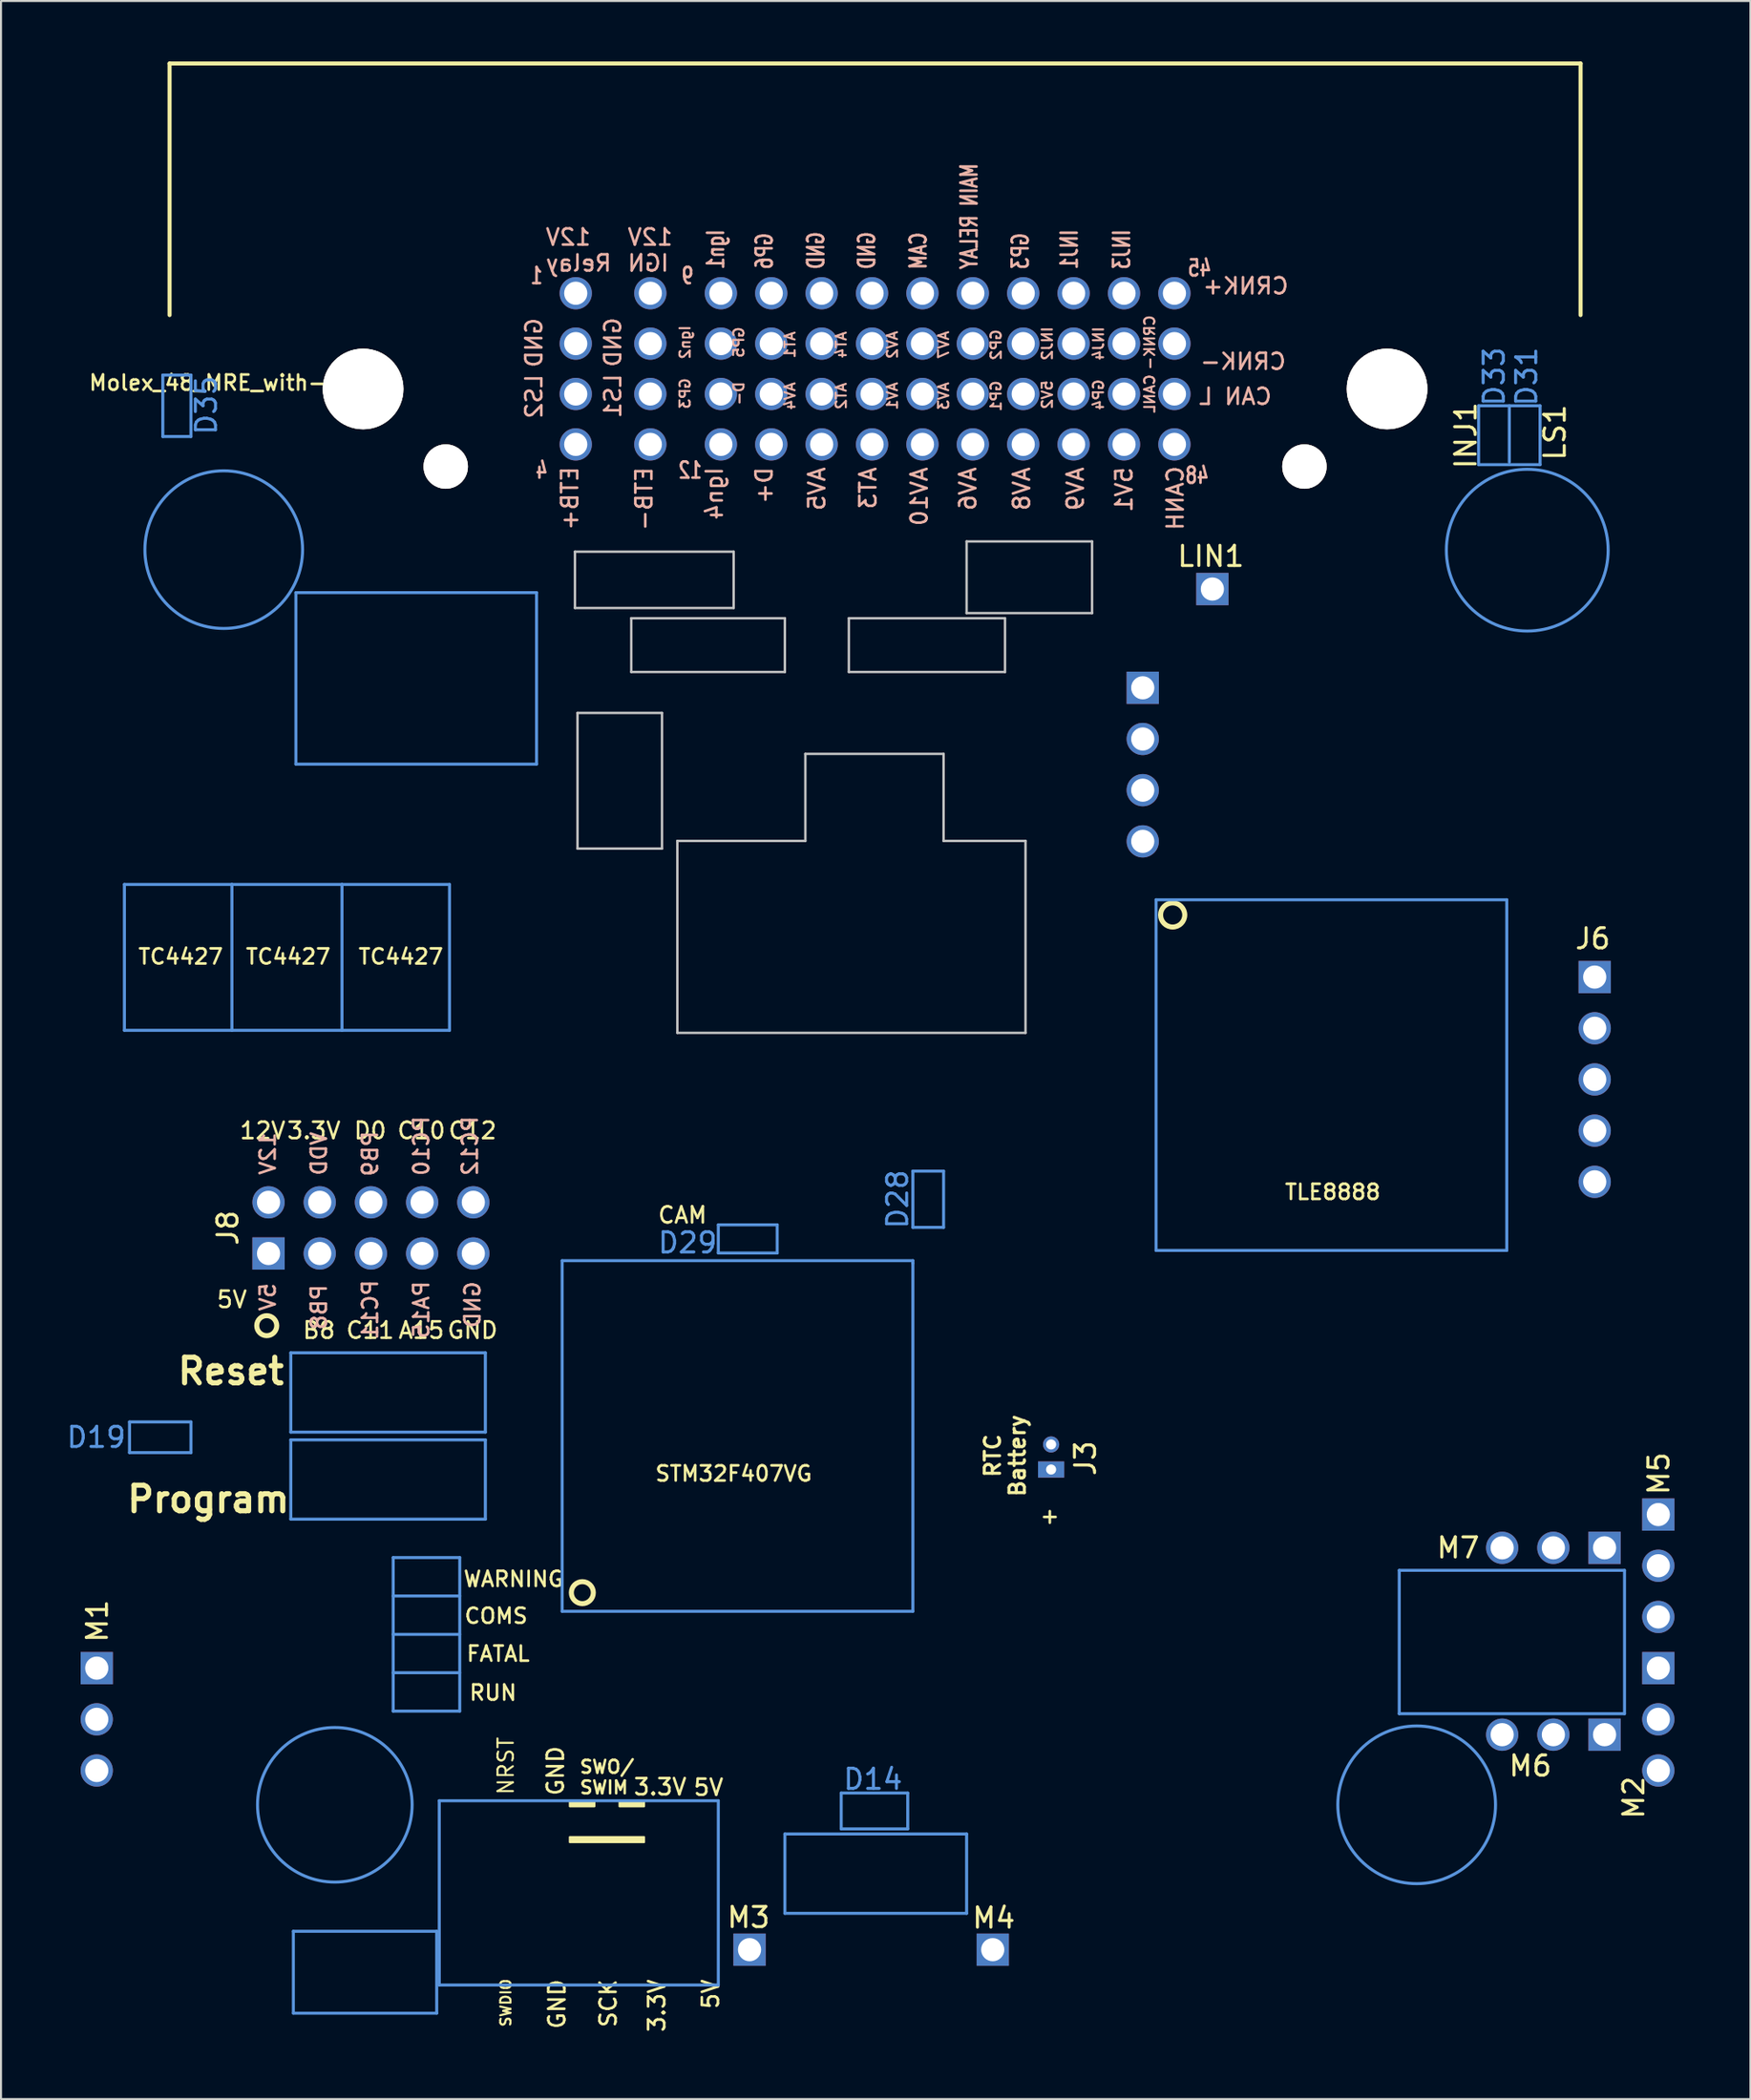
<source format=kicad_pcb>
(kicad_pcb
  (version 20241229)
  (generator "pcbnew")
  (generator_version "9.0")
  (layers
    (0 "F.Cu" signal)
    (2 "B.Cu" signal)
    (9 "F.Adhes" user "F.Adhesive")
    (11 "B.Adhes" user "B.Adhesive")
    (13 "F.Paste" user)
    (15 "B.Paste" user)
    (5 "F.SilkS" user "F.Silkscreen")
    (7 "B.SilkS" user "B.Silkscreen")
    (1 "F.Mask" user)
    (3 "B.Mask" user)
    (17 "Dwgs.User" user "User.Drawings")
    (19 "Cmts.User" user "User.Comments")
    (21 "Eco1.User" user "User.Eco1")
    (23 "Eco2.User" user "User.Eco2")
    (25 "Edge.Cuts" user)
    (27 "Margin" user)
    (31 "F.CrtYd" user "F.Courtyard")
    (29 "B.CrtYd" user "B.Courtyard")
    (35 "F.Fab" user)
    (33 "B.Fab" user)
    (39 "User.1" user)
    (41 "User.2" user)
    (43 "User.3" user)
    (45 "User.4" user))
  (footprint "Molex_48_MRE_with-extras"
    (layer "F.Cu")
    (at 25.474 11.497)
    (property "Reference" "Molex_48_MRE_with-extras" (at -16.485 4.445 0) (layer "F.SilkS") (effects (font (size 0.75 0.75) (thickness 0.13))))
    (attr through_hole)
    (fp_line (start -20.111 -11.397) (end -20.111 1.086) (stroke (width 0.2) (type solid)) (layer "F.SilkS"))
    (fp_line (start 49.889 -11.397) (end -20.111 -11.397) (stroke (width 0.2) (type solid)) (layer "F.SilkS"))
    (fp_line (start 49.889 -11.397) (end 49.889 1.086) (stroke (width 0.2) (type solid)) (layer "F.SilkS"))
    (fp_circle (center -15.291 51.232) (end -14.973 51.613) (stroke (width 0.25) (type solid)) (fill no) (layer "F.SilkS"))
    (fp_circle (center 0.366 64.479) (end 0.683 64.923) (stroke (width 0.25) (type solid)) (fill no) (layer "F.SilkS"))
    (fp_circle (center 29.652 30.851) (end 29.97 31.359) (stroke (width 0.25) (type solid)) (fill no) (layer "F.SilkS"))
    (fp_poly (pts (xy -0.254 74.828) (xy 0.965 74.828) (xy 0.965 75.082) (xy -0.254 75.082)) (stroke (width 0.1) (type solid)) (fill yes) (layer "F.SilkS"))
    (fp_poly (pts (xy -0.254 76.606) (xy 3.429 76.606) (xy 3.429 76.86) (xy -0.254 76.86)) (stroke (width 0.1) (type solid)) (fill yes) (layer "F.SilkS"))
    (fp_poly (pts (xy 2.21 74.828) (xy 3.429 74.828) (xy 3.429 75.082) (xy 2.21 75.082)) (stroke (width 0.1) (type solid)) (fill yes) (layer "F.SilkS"))
    (fp_line (start 0 12.827) (end 0 15.621) (stroke (width 0.12) (type solid)) (layer "Dwgs.User"))
    (fp_line (start 0 15.621) (end 7.874 15.621) (stroke (width 0.12) (type solid)) (layer "Dwgs.User"))
    (fp_line (start 0.127 20.828) (end 0.127 27.559) (stroke (width 0.12) (type solid)) (layer "Dwgs.User"))
    (fp_line (start 0.127 27.559) (end 4.318 27.559) (stroke (width 0.12) (type solid)) (layer "Dwgs.User"))
    (fp_line (start 2.794 16.129) (end 2.794 18.796) (stroke (width 0.12) (type solid)) (layer "Dwgs.User"))
    (fp_line (start 2.794 18.796) (end 10.414 18.796) (stroke (width 0.12) (type solid)) (layer "Dwgs.User"))
    (fp_line (start 4.318 20.828) (end 0.127 20.828) (stroke (width 0.12) (type solid)) (layer "Dwgs.User"))
    (fp_line (start 4.318 27.559) (end 4.318 20.828) (stroke (width 0.12) (type solid)) (layer "Dwgs.User"))
    (fp_line (start 5.08 27.178) (end 5.08 36.703) (stroke (width 0.12) (type solid)) (layer "Dwgs.User"))
    (fp_line (start 5.08 36.703) (end 22.352 36.703) (stroke (width 0.12) (type solid)) (layer "Dwgs.User"))
    (fp_line (start 7.874 12.827) (end 0 12.827) (stroke (width 0.12) (type solid)) (layer "Dwgs.User"))
    (fp_line (start 7.874 15.621) (end 7.874 12.827) (stroke (width 0.12) (type solid)) (layer "Dwgs.User"))
    (fp_line (start 10.414 16.129) (end 2.794 16.129) (stroke (width 0.12) (type solid)) (layer "Dwgs.User"))
    (fp_line (start 10.414 18.796) (end 10.414 16.129) (stroke (width 0.12) (type solid)) (layer "Dwgs.User"))
    (fp_line (start 11.43 22.86) (end 11.43 27.178) (stroke (width 0.12) (type solid)) (layer "Dwgs.User"))
    (fp_line (start 11.43 27.178) (end 5.08 27.178) (stroke (width 0.12) (type solid)) (layer "Dwgs.User"))
    (fp_line (start 13.589 16.129) (end 13.589 18.796) (stroke (width 0.12) (type solid)) (layer "Dwgs.User"))
    (fp_line (start 13.589 18.796) (end 21.336 18.796) (stroke (width 0.12) (type solid)) (layer "Dwgs.User"))
    (fp_line (start 18.288 22.86) (end 11.43 22.86) (stroke (width 0.12) (type solid)) (layer "Dwgs.User"))
    (fp_line (start 18.288 27.178) (end 18.288 22.86) (stroke (width 0.12) (type solid)) (layer "Dwgs.User"))
    (fp_line (start 19.431 12.319) (end 19.431 15.875) (stroke (width 0.12) (type solid)) (layer "Dwgs.User"))
    (fp_line (start 19.431 15.875) (end 25.654 15.875) (stroke (width 0.12) (type solid)) (layer "Dwgs.User"))
    (fp_line (start 21.336 16.129) (end 13.589 16.129) (stroke (width 0.12) (type solid)) (layer "Dwgs.User"))
    (fp_line (start 21.336 18.796) (end 21.336 16.129) (stroke (width 0.12) (type solid)) (layer "Dwgs.User"))
    (fp_line (start 22.352 27.178) (end 18.288 27.178) (stroke (width 0.12) (type solid)) (layer "Dwgs.User"))
    (fp_line (start 22.352 36.703) (end 22.352 27.178) (stroke (width 0.12) (type solid)) (layer "Dwgs.User"))
    (fp_line (start 25.654 12.319) (end 19.431 12.319) (stroke (width 0.12) (type solid)) (layer "Dwgs.User"))
    (fp_line (start 25.654 15.875) (end 25.654 12.319) (stroke (width 0.12) (type solid)) (layer "Dwgs.User"))
    (fp_line (start -22.352 29.337) (end -17.018 29.337) (stroke (width 0.15) (type solid)) (layer "Cmts.User"))
    (fp_line (start -22.352 36.576) (end -22.352 29.337) (stroke (width 0.15) (type solid)) (layer "Cmts.User"))
    (fp_line (start -22.098 56.007) (end -19.05 56.007) (stroke (width 0.15) (type solid)) (layer "Cmts.User"))
    (fp_line (start -22.098 57.531) (end -22.098 56.007) (stroke (width 0.15) (type solid)) (layer "Cmts.User"))
    (fp_line (start -20.447 4.064) (end -20.447 7.112) (stroke (width 0.15) (type solid)) (layer "Cmts.User"))
    (fp_line (start -20.447 7.112) (end -19.05 7.112) (stroke (width 0.15) (type solid)) (layer "Cmts.User"))
    (fp_line (start -19.05 4.064) (end -20.447 4.064) (stroke (width 0.15) (type solid)) (layer "Cmts.User"))
    (fp_line (start -19.05 7.112) (end -19.05 4.064) (stroke (width 0.15) (type solid)) (layer "Cmts.User"))
    (fp_line (start -19.05 56.007) (end -19.05 57.531) (stroke (width 0.15) (type solid)) (layer "Cmts.User"))
    (fp_line (start -19.05 57.531) (end -22.098 57.531) (stroke (width 0.15) (type solid)) (layer "Cmts.User"))
    (fp_line (start -17.018 29.337) (end -17.018 36.576) (stroke (width 0.15) (type solid)) (layer "Cmts.User"))
    (fp_line (start -17.018 29.337) (end -11.557 29.337) (stroke (width 0.15) (type solid)) (layer "Cmts.User"))
    (fp_line (start -17.018 36.576) (end -22.352 36.576) (stroke (width 0.15) (type solid)) (layer "Cmts.User"))
    (fp_line (start -14.097 52.578) (end -4.445 52.578) (stroke (width 0.15) (type solid)) (layer "Cmts.User"))
    (fp_line (start -14.097 56.515) (end -14.097 52.578) (stroke (width 0.15) (type solid)) (layer "Cmts.User"))
    (fp_line (start -14.097 56.896) (end -4.445 56.896) (stroke (width 0.15) (type solid)) (layer "Cmts.User"))
    (fp_line (start -14.097 60.833) (end -14.097 56.896) (stroke (width 0.15) (type solid)) (layer "Cmts.User"))
    (fp_line (start -13.97 81.28) (end -6.858 81.28) (stroke (width 0.15) (type solid)) (layer "Cmts.User"))
    (fp_line (start -13.97 85.344) (end -13.97 81.28) (stroke (width 0.15) (type solid)) (layer "Cmts.User"))
    (fp_line (start -13.843 14.859) (end -1.905 14.859) (stroke (width 0.15) (type solid)) (layer "Cmts.User"))
    (fp_line (start -13.843 23.368) (end -13.843 14.859) (stroke (width 0.15) (type solid)) (layer "Cmts.User"))
    (fp_line (start -11.557 29.337) (end -11.557 36.576) (stroke (width 0.15) (type solid)) (layer "Cmts.User"))
    (fp_line (start -11.557 36.576) (end -17.018 36.576) (stroke (width 0.15) (type solid)) (layer "Cmts.User"))
    (fp_line (start -11.557 36.576) (end -6.223 36.576) (stroke (width 0.15) (type solid)) (layer "Cmts.User"))
    (fp_line (start -9.017 62.738) (end -5.715 62.738) (stroke (width 0.15) (type solid)) (layer "Cmts.User"))
    (fp_line (start -9.017 64.643) (end -5.715 64.643) (stroke (width 0.15) (type solid)) (layer "Cmts.User"))
    (fp_line (start -9.017 66.548) (end -5.715 66.548) (stroke (width 0.15) (type solid)) (layer "Cmts.User"))
    (fp_line (start -9.017 68.453) (end -5.715 68.453) (stroke (width 0.15) (type solid)) (layer "Cmts.User"))
    (fp_line (start -9.017 70.358) (end -9.017 62.738) (stroke (width 0.15) (type solid)) (layer "Cmts.User"))
    (fp_line (start -6.858 81.28) (end -6.858 85.344) (stroke (width 0.15) (type solid)) (layer "Cmts.User"))
    (fp_line (start -6.858 85.344) (end -13.97 85.344) (stroke (width 0.15) (type solid)) (layer "Cmts.User"))
    (fp_line (start -6.731 74.803) (end 7.112 74.803) (stroke (width 0.15) (type solid)) (layer "Cmts.User"))
    (fp_line (start -6.731 83.947) (end -6.731 74.803) (stroke (width 0.15) (type solid)) (layer "Cmts.User"))
    (fp_line (start -6.223 29.337) (end -11.557 29.337) (stroke (width 0.15) (type solid)) (layer "Cmts.User"))
    (fp_line (start -6.223 36.576) (end -6.223 29.337) (stroke (width 0.15) (type solid)) (layer "Cmts.User"))
    (fp_line (start -5.715 62.738) (end -5.715 70.358) (stroke (width 0.15) (type solid)) (layer "Cmts.User"))
    (fp_line (start -5.715 70.358) (end -9.017 70.358) (stroke (width 0.15) (type solid)) (layer "Cmts.User"))
    (fp_line (start -4.445 52.578) (end -4.445 56.515) (stroke (width 0.15) (type solid)) (layer "Cmts.User"))
    (fp_line (start -4.445 56.515) (end -14.097 56.515) (stroke (width 0.15) (type solid)) (layer "Cmts.User"))
    (fp_line (start -4.445 56.896) (end -4.445 60.833) (stroke (width 0.15) (type solid)) (layer "Cmts.User"))
    (fp_line (start -4.445 60.833) (end -14.097 60.833) (stroke (width 0.15) (type solid)) (layer "Cmts.User"))
    (fp_line (start -1.905 14.859) (end -1.905 23.368) (stroke (width 0.15) (type solid)) (layer "Cmts.User"))
    (fp_line (start -1.905 23.368) (end -13.843 23.368) (stroke (width 0.15) (type solid)) (layer "Cmts.User"))
    (fp_line (start -0.635 48.006) (end -0.635 65.405) (stroke (width 0.15) (type solid)) (layer "Cmts.User"))
    (fp_line (start -0.635 65.405) (end 16.764 65.405) (stroke (width 0.15) (type solid)) (layer "Cmts.User"))
    (fp_line (start 7.112 46.228) (end 10.033 46.228) (stroke (width 0.15) (type solid)) (layer "Cmts.User"))
    (fp_line (start 7.112 47.625) (end 7.112 46.228) (stroke (width 0.15) (type solid)) (layer "Cmts.User"))
    (fp_line (start 7.112 74.803) (end 7.112 83.947) (stroke (width 0.15) (type solid)) (layer "Cmts.User"))
    (fp_line (start 7.112 83.947) (end -6.731 83.947) (stroke (width 0.15) (type solid)) (layer "Cmts.User"))
    (fp_line (start 10.033 46.228) (end 10.033 47.625) (stroke (width 0.15) (type solid)) (layer "Cmts.User"))
    (fp_line (start 10.033 47.625) (end 7.112 47.625) (stroke (width 0.15) (type solid)) (layer "Cmts.User"))
    (fp_line (start 10.414 76.454) (end 19.431 76.454) (stroke (width 0.15) (type solid)) (layer "Cmts.User"))
    (fp_line (start 10.414 80.391) (end 10.414 76.454) (stroke (width 0.15) (type solid)) (layer "Cmts.User"))
    (fp_line (start 13.208 74.422) (end 16.51 74.422) (stroke (width 0.15) (type solid)) (layer "Cmts.User"))
    (fp_line (start 13.208 76.2) (end 13.208 74.422) (stroke (width 0.15) (type solid)) (layer "Cmts.User"))
    (fp_line (start 16.51 74.422) (end 16.51 76.2) (stroke (width 0.15) (type solid)) (layer "Cmts.User"))
    (fp_line (start 16.51 76.2) (end 13.208 76.2) (stroke (width 0.15) (type solid)) (layer "Cmts.User"))
    (fp_line (start 16.764 43.561) (end 18.288 43.561) (stroke (width 0.15) (type solid)) (layer "Cmts.User"))
    (fp_line (start 16.764 46.355) (end 16.764 43.561) (stroke (width 0.15) (type solid)) (layer "Cmts.User"))
    (fp_line (start 16.764 48.006) (end -0.635 48.006) (stroke (width 0.15) (type solid)) (layer "Cmts.User"))
    (fp_line (start 16.764 48.133) (end 16.764 48.006) (stroke (width 0.15) (type solid)) (layer "Cmts.User"))
    (fp_line (start 16.764 65.405) (end 16.764 48.133) (stroke (width 0.15) (type solid)) (layer "Cmts.User"))
    (fp_line (start 18.288 43.561) (end 18.288 46.355) (stroke (width 0.15) (type solid)) (layer "Cmts.User"))
    (fp_line (start 18.288 46.355) (end 16.764 46.355) (stroke (width 0.15) (type solid)) (layer "Cmts.User"))
    (fp_line (start 19.431 76.454) (end 19.431 80.391) (stroke (width 0.15) (type solid)) (layer "Cmts.User"))
    (fp_line (start 19.431 80.391) (end 10.414 80.391) (stroke (width 0.15) (type solid)) (layer "Cmts.User"))
    (fp_line (start 28.829 30.099) (end 46.228 30.099) (stroke (width 0.15) (type solid)) (layer "Cmts.User"))
    (fp_line (start 28.829 47.498) (end 28.829 30.099) (stroke (width 0.15) (type solid)) (layer "Cmts.User"))
    (fp_line (start 40.894 63.373) (end 52.07 63.373) (stroke (width 0.15) (type solid)) (layer "Cmts.User"))
    (fp_line (start 40.894 70.485) (end 40.894 63.373) (stroke (width 0.15) (type solid)) (layer "Cmts.User"))
    (fp_line (start 44.831 5.588) (end 47.879 5.588) (stroke (width 0.15) (type solid)) (layer "Cmts.User"))
    (fp_line (start 44.831 8.509) (end 44.831 5.588) (stroke (width 0.15) (type solid)) (layer "Cmts.User"))
    (fp_line (start 46.228 30.099) (end 46.228 47.498) (stroke (width 0.15) (type solid)) (layer "Cmts.User"))
    (fp_line (start 46.228 47.498) (end 28.829 47.498) (stroke (width 0.15) (type solid)) (layer "Cmts.User"))
    (fp_line (start 46.355 5.588) (end 46.355 8.382) (stroke (width 0.15) (type solid)) (layer "Cmts.User"))
    (fp_line (start 47.879 5.588) (end 47.879 8.509) (stroke (width 0.15) (type solid)) (layer "Cmts.User"))
    (fp_line (start 47.879 8.509) (end 44.831 8.509) (stroke (width 0.15) (type solid)) (layer "Cmts.User"))
    (fp_line (start 52.07 63.373) (end 52.07 70.485) (stroke (width 0.15) (type solid)) (layer "Cmts.User"))
    (fp_line (start 52.07 70.485) (end 40.894 70.485) (stroke (width 0.15) (type solid)) (layer "Cmts.User"))
    (fp_circle (center -17.424 12.725) (end -13.513 12.725) (stroke (width 0.15) (type solid)) (fill no) (layer "Cmts.User"))
    (fp_circle (center -11.913 75.006) (end -15.748 75.006) (stroke (width 0.15) (type solid)) (fill no) (layer "Cmts.User"))
    (fp_circle (center 41.758 75.006) (end 37.846 75.006) (stroke (width 0.15) (type solid)) (fill no) (layer "Cmts.User"))
    (fp_circle (center 47.244 12.751) (end 51.257 12.751) (stroke (width 0.15) (type solid)) (fill no) (layer "Cmts.User"))
    (fp_line (start -25.374 5.973) (end -25.372 74.816) (stroke (width 0.2) (type solid)) (layer "Eco1.User"))
    (fp_line (start -25.374 5.973) (end -20.078 -7.166) (stroke (width 0.2) (type solid)) (layer "Eco1.User"))
    (fp_line (start -20.078 -7.166) (end 49.867 -7.166) (stroke (width 0.2) (type solid)) (layer "Eco1.User"))
    (fp_line (start -13.129 86.507) (end -25.372 74.816) (stroke (width 0.2) (type solid)) (layer "Eco1.User"))
    (fp_line (start -13.129 86.507) (end 42.973 86.507) (stroke (width 0.2) (type solid)) (layer "Eco1.User"))
    (fp_line (start 49.867 -7.166) (end 55.214 5.973) (stroke (width 0.2) (type solid)) (layer "Eco1.User"))
    (fp_line (start 55.214 5.973) (end 55.216 74.816) (stroke (width 0.2) (type solid)) (layer "Eco1.User"))
    (fp_line (start 55.216 74.816) (end 42.973 86.507) (stroke (width 0.2) (type solid)) (layer "Eco1.User"))
    (fp_circle (center -19.686 20.394) (end -18.048 20.394) (stroke (width 0.2) (type solid)) (fill no) (layer "Eco1.User"))
    (fp_circle (center -17.413 12.736) (end -15.622 12.736) (stroke (width 0.2) (type solid)) (fill no) (layer "Eco1.User"))
    (fp_circle (center -11.914 75.004) (end -10.123 75.004) (stroke (width 0.2) (type solid)) (fill no) (layer "Eco1.User"))
    (fp_circle (center 36.474 70.305) (end 38.112 70.305) (stroke (width 0.2) (type solid)) (fill no) (layer "Eco1.User"))
    (fp_circle (center 41.757 75.004) (end 43.547 75.004) (stroke (width 0.2) (type solid)) (fill no) (layer "Eco1.User"))
    (fp_circle (center 47.256 12.736) (end 49.046 12.736) (stroke (width 0.2) (type solid)) (fill no) (layer "Eco1.User"))
    (fp_text user "CAM" (at 5.334 45.745 0) (layer "F.SilkS") (effects (font (size 0.8 0.8) (thickness 0.13))))
    (fp_text user "COMS" (at -3.912 65.634 0) (layer "F.SilkS") (effects (font (size 0.75 0.75) (thickness 0.13))))
    (fp_text user "TLE8888" (at 37.592 44.602 0) (layer "F.SilkS") (effects (font (size 0.75 0.75) (thickness 0.13))))
    (fp_text user "5V" (at 6.731 83.591 90) (layer "F.SilkS") (effects (font (size 0.8 0.8) (thickness 0.13)) (justify right)))
    (fp_text user "3.3V" (at 2.845 74.117 0) (layer "F.SilkS") (effects (font (size 0.8 0.8) (thickness 0.13)) (justify left)))
    (fp_text user "J6" (at 50.495 32.029 0) (layer "F.SilkS") (effects (font (size 1 1) (thickness 0.15))))
    (fp_text user "TC4427" (at -8.636 32.918 0) (layer "F.SilkS") (effects (font (size 0.75 0.75) (thickness 0.13))))
    (fp_text user "INJ1" (at 44.196 7.061 90) (layer "F.SilkS") (effects (font (size 1.016 1.016) (thickness 0.152))))
    (fp_text user "3.3V" (at -12.954 41.554 0) (layer "F.SilkS") (effects (font (size 0.813 0.813) (thickness 0.127))))
    (fp_text user "Program" (at -18.186 59.842 0) (layer "F.SilkS") (effects (font (size 1.27 1.27) (thickness 0.254))))
    (fp_text user "GND" (at -0.965 74.625 90) (layer "F.SilkS") (effects (font (size 0.8 0.8) (thickness 0.13)) (justify left)))
    (fp_text user "RUN" (at -4.064 69.444 0) (layer "F.SilkS") (effects (font (size 0.75 0.75) (thickness 0.13))))
    (fp_text user "SCK" (at 1.651 83.591 90) (layer "F.SilkS") (effects (font (size 0.8 0.8) (thickness 0.13)) (justify right)))
    (fp_text user "5V" (at 5.817 74.143 0) (layer "F.SilkS") (effects (font (size 0.8 0.8) (thickness 0.13)) (justify left)))
    (fp_text user "M1" (at -23.698 65.888 90) (layer "F.SilkS") (effects (font (size 1 1) (thickness 0.15))))
    (fp_text user "M7" (at 43.815 62.255 0) (layer "F.SilkS") (effects (font (size 1 1) (thickness 0.15))))
    (fp_text user "M2" (at 52.527 74.651 90) (layer "F.SilkS") (effects (font (size 1 1) (thickness 0.15))))
    (fp_text user "B8" (at -12.7 51.46 0) (layer "F.SilkS") (effects (font (size 0.813 0.813) (thickness 0.127))))
    (fp_text user "GND" (at -5.08 51.46 0) (layer "F.SilkS") (effects (font (size 0.813 0.813) (thickness 0.127))))
    (fp_text user "3.3V" (at 4.064 83.591 90) (layer "F.SilkS") (effects (font (size 0.8 0.8) (thickness 0.13)) (justify right)))
    (fp_text user "FATAL" (at -3.81 67.513 0) (layer "F.SilkS") (effects (font (size 0.75 0.75) (thickness 0.13))))
    (fp_text user "12V" (at -15.494 41.554 0) (layer "F.SilkS") (effects (font (size 0.813 0.813) (thickness 0.127))))
    (fp_text user "M6" (at 47.396 73.076 0) (layer "F.SilkS") (effects (font (size 1 1) (thickness 0.15))))
    (fp_text user "TC4427" (at -19.558 32.918 0) (layer "F.SilkS") (effects (font (size 0.75 0.75) (thickness 0.13))))
    (fp_text user "NRST" (at -3.429 74.574 90) (layer "F.SilkS") (effects (font (size 0.762 0.762) (thickness 0.102)) (justify left)))
    (fp_text user "SWO/\nSWIM" (at 0.178 73.635 0) (layer "F.SilkS") (effects (font (size 0.635 0.635) (thickness 0.127)) (justify left)))
    (fp_text user "WARNING" (at -3.048 63.805 0) (layer "F.SilkS") (effects (font (size 0.75 0.75) (thickness 0.13))))
    (fp_text user "C12" (at -5.08 41.554 0) (layer "F.SilkS") (effects (font (size 0.813 0.813) (thickness 0.127))))
    (fp_text user "M5" (at 53.772 58.572 90) (layer "F.SilkS") (effects (font (size 1 1) (thickness 0.15))))
    (fp_text user "M3" (at 8.611 80.594 0) (layer "F.SilkS") (effects (font (size 1 1) (thickness 0.15))))
    (fp_text user "LIN1" (at 31.547 13.056 0) (layer "F.SilkS") (effects (font (size 1 1) (thickness 0.15))))
    (fp_text user "GND" (at -0.889 83.591 90) (layer "F.SilkS") (effects (font (size 0.8 0.8) (thickness 0.13)) (justify right)))
    (fp_text user "J3" (at 25.324 57.81 90) (layer "F.SilkS") (effects (font (size 1 1) (thickness 0.15))))
    (fp_text user "TC4427" (at -14.224 32.918 0) (layer "F.SilkS") (effects (font (size 0.75 0.75) (thickness 0.13))))
    (fp_text user "5V" (at -17.018 49.936 0) (layer "F.SilkS") (effects (font (size 0.813 0.813) (thickness 0.127))))
    (fp_text user "+" (at 23.558 60.668 0) (layer "F.SilkS") (effects (font (size 0.75 0.75) (thickness 0.13))))
    (fp_text user "LS1" (at 48.616 6.909 90) (layer "F.SilkS") (effects (font (size 1.016 1.016) (thickness 0.152))))
    (fp_text user "Reset" (at -17.069 53.492 0) (layer "F.SilkS") (effects (font (size 1.27 1.27) (thickness 0.254))))
    (fp_text user "A15" (at -7.62 51.46 0) (layer "F.SilkS") (effects (font (size 0.813 0.813) (thickness 0.127))))
    (fp_text user "SWDIO" (at -3.429 83.591 90) (layer "F.SilkS") (effects (font (size 0.508 0.508) (thickness 0.102)) (justify right)))
    (fp_text user "RTC\nBattery\n" (at 21.336 57.683 90) (layer "F.SilkS") (effects (font (size 0.762 0.762) (thickness 0.152))))
    (fp_text user "M4" (at 20.777 80.62 0) (layer "F.SilkS") (effects (font (size 1 1) (thickness 0.15))))
    (fp_text user "J8" (at -17.221 46.38 90) (layer "F.SilkS") (effects (font (size 1 1) (thickness 0.15))))
    (fp_text user "C11" (at -10.16 51.46 0) (layer "F.SilkS") (effects (font (size 0.813 0.813) (thickness 0.127))))
    (fp_text user "STM32F407VG" (at 7.874 58.572 0) (layer "F.SilkS") (effects (font (size 0.75 0.75) (thickness 0.13))))
    (fp_text user "D0" (at -10.16 41.554 0) (layer "F.SilkS") (effects (font (size 0.813 0.813) (thickness 0.127))))
    (fp_text user "C10" (at -7.62 41.554 0) (layer "F.SilkS") (effects (font (size 0.813 0.813) (thickness 0.127))))
    (fp_text user "GP3" (at 22.098 -1.113 90) (layer "B.SilkS") (effects (font (size 0.8 0.6) (thickness 0.13)) (justify right mirror)))
    (fp_text user "CRNK+" (at 33.274 -0.356 0) (layer "B.SilkS") (effects (font (size 0.8 0.8) (thickness 0.13)) (justify mirror)))
    (fp_text user "AV3" (at 18.288 5.105 90) (layer "B.SilkS") (effects (font (size 0.508 0.508) (thickness 0.102)) (justify mirror)))
    (fp_text user "Ign1" (at 6.985 -1.113 90) (layer "B.SilkS") (effects (font (size 0.8 0.6) (thickness 0.13)) (justify right mirror)))
    (fp_text user "GP1" (at 20.892 5.105 90) (layer "B.SilkS") (effects (font (size 0.508 0.508) (thickness 0.102)) (justify mirror)))
    (fp_text user "12V\nRelay" (at -1.524 -2.134 0) (layer "B.SilkS") (effects (font (size 0.8 0.8) (thickness 0.13)) (justify right mirror)))
    (fp_text user "INJ3" (at 27.126 -1.113 90) (layer "B.SilkS") (effects (font (size 0.8 0.6) (thickness 0.13)) (justify right mirror)))
    (fp_text user "AV2" (at 15.748 2.565 90) (layer "B.SilkS") (effects (font (size 0.508 0.508) (thickness 0.102)) (justify mirror)))
    (fp_text user "CRNK-" (at 28.512 2.451 90) (layer "B.SilkS") (effects (font (size 0.508 0.508) (thickness 0.102)) (justify mirror)))
    (fp_text user "AV7" (at 18.288 2.565 90) (layer "B.SilkS") (effects (font (size 0.508 0.508) (thickness 0.102)) (justify mirror)))
    (fp_text user "INJ1" (at 24.526 -1.113 90) (layer "B.SilkS") (effects (font (size 0.8 0.6) (thickness 0.13)) (justify right mirror)))
    (fp_text user "CAN L" (at 32.766 5.127 0) (layer "B.SilkS") (effects (font (size 0.8 0.8) (thickness 0.13)) (justify mirror)))
    (fp_text user "AV6" (at 19.494 8.558 90) (layer "B.SilkS") (effects (font (size 0.8 0.8) (thickness 0.13)) (justify left mirror)))
    (fp_text user "AT1" (at 10.668 2.565 90) (layer "B.SilkS") (effects (font (size 0.508 0.508) (thickness 0.102)) (justify mirror)))
    (fp_text user "PA15" (at -7.62 50.444 270) (layer "B.SilkS") (effects (font (size 0.75 0.75) (thickness 0.13)) (justify mirror)))
    (fp_text user "PC11" (at -10.16 50.444 270) (layer "B.SilkS") (effects (font (size 0.75 0.75) (thickness 0.13)) (justify mirror)))
    (fp_text user "AT3" (at 14.541 8.558 90) (layer "B.SilkS") (effects (font (size 0.8 0.8) (thickness 0.13)) (justify left mirror)))
    (fp_text user "48" (at 30.861 9.042 0) (layer "B.SilkS") (effects (font (size 0.8 0.6) (thickness 0.13)) (justify mirror)))
    (fp_text user "1" (at -1.905 -0.864 0) (layer "B.SilkS") (effects (font (size 0.8 0.6) (thickness 0.13)) (justify mirror)))
    (fp_text user "INJ4" (at 25.971 2.502 90) (layer "B.SilkS") (effects (font (size 0.508 0.508) (thickness 0.102)) (justify mirror)))
    (fp_text user "PB8" (at -12.7 50.317 270) (layer "B.SilkS") (effects (font (size 0.75 0.75) (thickness 0.13)) (justify mirror)))
    (fp_text user "ETB+" (at -0.254 10.185 90) (layer "B.SilkS") (effects (font (size 0.8 0.8) (thickness 0.13)) (justify mirror)))
    (fp_text user "CANL" (at 28.512 4.991 90) (layer "B.SilkS") (effects (font (size 0.508 0.508) (thickness 0.102)) (justify mirror)))
    (fp_text user "GND" (at 11.953 -1.113 90) (layer "B.SilkS") (effects (font (size 0.8 0.6) (thickness 0.13)) (justify right mirror)))
    (fp_text user "LS1" (at 1.88 5.105 90) (layer "B.SilkS") (effects (font (size 0.8 0.8) (thickness 0.127)) (justify mirror)))
    (fp_text user "GP6" (at 9.398 -1.113 90) (layer "B.SilkS") (effects (font (size 0.8 0.6) (thickness 0.13)) (justify right mirror)))
    (fp_text user "4" (at -1.651 8.788 0) (layer "B.SilkS") (effects (font (size 0.8 0.6) (thickness 0.13)) (justify mirror)))
    (fp_text user "GP4" (at 25.971 5.042 90) (layer "B.SilkS") (effects (font (size 0.508 0.508) (thickness 0.102)) (justify mirror)))
    (fp_text user "CRNK-" (at 33.147 3.391 0) (layer "B.SilkS") (effects (font (size 0.8 0.8) (thickness 0.13)) (justify mirror)))
    (fp_text user "5V2" (at 23.431 5.042 90) (layer "B.SilkS") (effects (font (size 0.508 0.508) (thickness 0.102)) (justify mirror)))
    (fp_text user "AV4" (at 10.668 5.105 90) (layer "B.SilkS") (effects (font (size 0.508 0.508) (thickness 0.102)) (justify mirror)))
    (fp_text user "GP5" (at 8.128 2.438 90) (layer "B.SilkS") (effects (font (size 0.508 0.508) (thickness 0.102)) (justify mirror)))
    (fp_text user "12" (at 5.715 8.788 0) (layer "B.SilkS") (effects (font (size 0.8 0.6) (thickness 0.13)) (justify mirror)))
    (fp_text user "VDD" (at -12.7 42.697 270) (layer "B.SilkS") (effects (font (size 0.75 0.75) (thickness 0.13)) (justify mirror)))
    (fp_text user "AV5" (at 12.002 8.558 90) (layer "B.SilkS") (effects (font (size 0.8 0.8) (thickness 0.13)) (justify left mirror)))
    (fp_text user "PB9" (at -10.16 42.697 270) (layer "B.SilkS") (effects (font (size 0.75 0.75) (thickness 0.13)) (justify mirror)))
    (fp_text user "12V" (at -15.24 42.697 270) (layer "B.SilkS") (effects (font (size 0.75 0.75) (thickness 0.13)) (justify mirror)))
    (fp_text user "AV8" (at 22.162 8.558 90) (layer "B.SilkS") (effects (font (size 0.8 0.8) (thickness 0.13)) (justify left mirror)))
    (fp_text user "GND" (at 1.88 2.438 90) (layer "B.SilkS") (effects (font (size 0.8 0.8) (thickness 0.127)) (justify mirror)))
    (fp_text user "D+" (at 9.389 8.558 90) (layer "B.SilkS") (effects (font (size 0.8 0.8) (thickness 0.13)) (justify left mirror)))
    (fp_text user "GND" (at 14.478 -1.113 90) (layer "B.SilkS") (effects (font (size 0.8 0.6) (thickness 0.13)) (justify right mirror)))
    (fp_text user "GP3" (at 5.461 4.978 90) (layer "B.SilkS") (effects (font (size 0.508 0.508) (thickness 0.102)) (justify mirror)))
    (fp_text user "INJ2" (at 23.431 2.502 90) (layer "B.SilkS") (effects (font (size 0.508 0.508) (thickness 0.102)) (justify mirror)))
    (fp_text user "AT2" (at 13.208 5.105 90) (layer "B.SilkS") (effects (font (size 0.508 0.508) (thickness 0.102)) (justify mirror)))
    (fp_text user "45" (at 30.988 -1.245 0) (layer "B.SilkS") (effects (font (size 0.8 0.6) (thickness 0.13)) (justify mirror)))
    (fp_text user "Ign2" (at 5.461 2.438 90) (layer "B.SilkS") (effects (font (size 0.508 0.508) (thickness 0.102)) (justify mirror)))
    (fp_text user "AV10" (at 17.081 8.558 90) (layer "B.SilkS") (effects (font (size 0.8 0.8) (thickness 0.13)) (justify left mirror)))
    (fp_text user "GP2" (at 20.892 2.565 90) (layer "B.SilkS") (effects (font (size 0.508 0.508) (thickness 0.102)) (justify mirror)))
    (fp_text user "D-" (at 8.128 4.978 90) (layer "B.SilkS") (effects (font (size 0.508 0.508) (thickness 0.102)) (justify mirror)))
    (fp_text user "5V1" (at 27.241 8.558 90) (layer "B.SilkS") (effects (font (size 0.8 0.8) (thickness 0.13)) (justify left mirror)))
    (fp_text user "GND" (at -5.08 50.19 270) (layer "B.SilkS") (effects (font (size 0.75 0.75) (thickness 0.13)) (justify mirror)))
    (fp_text user "MAIN RELAY" (at 19.558 -1.113 90) (layer "B.SilkS") (effects (font (size 0.8 0.6) (thickness 0.13)) (justify right mirror)))
    (fp_text user "PC12" (at -5.207 42.316 270) (layer "B.SilkS") (effects (font (size 0.75 0.75) (thickness 0.13)) (justify mirror)))
    (fp_text user "Ign4" (at 6.921 8.558 90) (layer "B.SilkS") (effects (font (size 0.8 0.8) (thickness 0.13)) (justify left mirror)))
    (fp_text user "9" (at 5.588 -0.864 0) (layer "B.SilkS") (effects (font (size 0.8 0.6) (thickness 0.13)) (justify mirror)))
    (fp_text user "5V" (at -15.24 49.809 270) (layer "B.SilkS") (effects (font (size 0.75 0.75) (thickness 0.13)) (justify mirror)))
    (fp_text user "CANH" (at 29.782 8.508 90) (layer "B.SilkS") (effects (font (size 0.8 0.8) (thickness 0.13)) (justify left mirror)))
    (fp_text user "PC10" (at -7.62 42.316 270) (layer "B.SilkS") (effects (font (size 0.75 0.75) (thickness 0.13)) (justify mirror)))
    (fp_text user "LS2" (at -2.032 5.127 90) (layer "B.SilkS") (effects (font (size 0.8 0.8) (thickness 0.13)) (justify mirror)))
    (fp_text user "AV9" (at 24.828 8.558 90) (layer "B.SilkS") (effects (font (size 0.8 0.8) (thickness 0.13)) (justify left mirror)))
    (fp_text user "GND" (at -2.032 2.46 90) (layer "B.SilkS") (effects (font (size 0.8 0.8) (thickness 0.13)) (justify mirror)))
    (fp_text user "AV1" (at 15.748 5.105 90) (layer "B.SilkS") (effects (font (size 0.508 0.508) (thickness 0.102)) (justify mirror)))
    (fp_text user "ETB-" (at 3.429 8.558 90) (layer "B.SilkS") (effects (font (size 0.8 0.8) (thickness 0.13)) (justify left mirror)))
    (fp_text user "12V\nIGN" (at 2.54 -2.134 0) (layer "B.SilkS") (effects (font (size 0.8 0.8) (thickness 0.13)) (justify right mirror)))
    (fp_text user "AT4" (at 13.208 2.565 90) (layer "B.SilkS") (effects (font (size 0.508 0.508) (thickness 0.102)) (justify mirror)))
    (fp_text user "CAM" (at 17.033 -1.113 90) (layer "B.SilkS") (effects (font (size 0.8 0.6) (thickness 0.13)) (justify right mirror)))
    (fp_text user "D33\nD31" (at 46.406 4.14 90) (layer "Cmts.User") (effects (font (size 1 1) (thickness 0.15))))
    (fp_text user "D28" (at 16.002 44.958 90) (layer "Cmts.User") (effects (font (size 1 1) (thickness 0.15))))
    (fp_text user "D35" (at -18.288 5.563 90) (layer "Cmts.User") (effects (font (size 1 1) (thickness 0.15))))
    (fp_text user "D19" (at -23.749 56.769 0) (layer "Cmts.User") (effects (font (size 1 1) (thickness 0.15))))
    (fp_text user "D14" (at 14.783 73.736 0) (layer "Cmts.User") (effects (font (size 1 1) (thickness 0.15))))
    (fp_text user "D29" (at 5.588 47.117 0) (layer "Cmts.User") (effects (font (size 1 1) (thickness 0.15))))
    (pad "" thru_hole circle (at -10.511 4.753 270) (size 4 4) (drill 4) (layers "*.Cu" "*.Mask" "F.SilkS"))
    (pad "" thru_hole circle (at -6.411 8.603 270) (size 2.2 2.2) (drill 2.2) (layers "*.Cu" "*.Mask" "F.SilkS"))
    (pad "" thru_hole circle (at 36.189 8.603 270) (size 2.2 2.2) (drill 2.2) (layers "*.Cu" "*.Mask" "F.SilkS"))
    (pad "" thru_hole circle (at 40.289 4.753 270) (size 4 4) (drill 4) (layers "*.Cu" "*.Mask" "F.SilkS"))
    (pad "1" thru_hole circle (at 0.039 0.003 270) (size 1.6 1.6) (drill 1.15) (layers "*.Cu" "*.Mask"))
    (pad "2" thru_hole circle (at 0.039 2.503 270) (size 1.6 1.6) (drill 1.15) (layers "*.Cu" "*.Mask"))
    (pad "3" thru_hole circle (at 0.039 5.003 270) (size 1.6 1.6) (drill 1.15) (layers "*.Cu" "*.Mask"))
    (pad "4" thru_hole circle (at 0.039 7.503 270) (size 1.6 1.6) (drill 1.15) (layers "*.Cu" "*.Mask"))
    (pad "5" thru_hole circle (at 3.739 0.003 270) (size 1.6 1.6) (drill 1.15) (layers "*.Cu" "*.Mask"))
    (pad "6" thru_hole circle (at 3.739 2.503 270) (size 1.6 1.6) (drill 1.15) (layers "*.Cu" "*.Mask"))
    (pad "7" thru_hole circle (at 3.739 5.003 270) (size 1.6 1.6) (drill 1.15) (layers "*.Cu" "*.Mask"))
    (pad "8" thru_hole circle (at 3.739 7.503 270) (size 1.6 1.6) (drill 1.15) (layers "*.Cu" "*.Mask"))
    (pad "9" thru_hole circle (at 7.239 0.003 270) (size 1.6 1.6) (drill 1.15) (layers "*.Cu" "*.Mask"))
    (pad "10" thru_hole circle (at 7.239 2.503 270) (size 1.6 1.6) (drill 1.15) (layers "*.Cu" "*.Mask"))
    (pad "11" thru_hole circle (at 7.239 5.003 270) (size 1.6 1.6) (drill 1.15) (layers "*.Cu" "*.Mask"))
    (pad "12" thru_hole circle (at 7.239 7.503 270) (size 1.6 1.6) (drill 1.15) (layers "*.Cu" "*.Mask"))
    (pad "13" thru_hole circle (at 9.739 0.003 270) (size 1.6 1.6) (drill 1.15) (layers "*.Cu" "*.Mask"))
    (pad "14" thru_hole circle (at 9.739 2.503 270) (size 1.6 1.6) (drill 1.15) (layers "*.Cu" "*.Mask"))
    (pad "15" thru_hole circle (at 9.739 5.003 270) (size 1.6 1.6) (drill 1.15) (layers "*.Cu" "*.Mask"))
    (pad "16" thru_hole circle (at 9.739 7.503 270) (size 1.6 1.6) (drill 1.15) (layers "*.Cu" "*.Mask"))
    (pad "17" thru_hole circle (at 12.239 0.003 270) (size 1.6 1.6) (drill 1.15) (layers "*.Cu" "*.Mask"))
    (pad "18" thru_hole circle (at 12.239 2.503 270) (size 1.6 1.6) (drill 1.15) (layers "*.Cu" "*.Mask"))
    (pad "19" thru_hole circle (at 12.239 5.003 270) (size 1.6 1.6) (drill 1.15) (layers "*.Cu" "*.Mask"))
    (pad "20" thru_hole circle (at 12.239 7.503 270) (size 1.6 1.6) (drill 1.15) (layers "*.Cu" "*.Mask"))
    (pad "21" thru_hole circle (at 14.739 0.003 270) (size 1.6 1.6) (drill 1.15) (layers "*.Cu" "*.Mask"))
    (pad "22" thru_hole circle (at 14.739 2.503 270) (size 1.6 1.6) (drill 1.15) (layers "*.Cu" "*.Mask"))
    (pad "23" thru_hole circle (at 14.739 5.003 270) (size 1.6 1.6) (drill 1.15) (layers "*.Cu" "*.Mask"))
    (pad "24" thru_hole circle (at 14.739 7.503 270) (size 1.6 1.6) (drill 1.15) (layers "*.Cu" "*.Mask"))
    (pad "25" thru_hole circle (at 17.239 0.003 270) (size 1.6 1.6) (drill 1.15) (layers "*.Cu" "*.Mask"))
    (pad "26" thru_hole circle (at 17.239 2.503 270) (size 1.6 1.6) (drill 1.15) (layers "*.Cu" "*.Mask"))
    (pad "27" thru_hole circle (at 17.239 5.003 270) (size 1.6 1.6) (drill 1.15) (layers "*.Cu" "*.Mask"))
    (pad "28" thru_hole circle (at 17.239 7.503 270) (size 1.6 1.6) (drill 1.15) (layers "*.Cu" "*.Mask"))
    (pad "29" thru_hole circle (at 19.739 0.003 270) (size 1.6 1.6) (drill 1.15) (layers "*.Cu" "*.Mask"))
    (pad "30" thru_hole circle (at 19.739 2.503 270) (size 1.6 1.6) (drill 1.15) (layers "*.Cu" "*.Mask"))
    (pad "31" thru_hole circle (at 19.739 5.003 270) (size 1.6 1.6) (drill 1.15) (layers "*.Cu" "*.Mask"))
    (pad "32" thru_hole circle (at 19.739 7.503 270) (size 1.6 1.6) (drill 1.15) (layers "*.Cu" "*.Mask"))
    (pad "33" thru_hole circle (at 22.239 0.003 270) (size 1.6 1.6) (drill 1.15) (layers "*.Cu" "*.Mask"))
    (pad "34" thru_hole circle (at 22.239 2.503 270) (size 1.6 1.6) (drill 1.15) (layers "*.Cu" "*.Mask"))
    (pad "35" thru_hole circle (at 22.239 5.003 270) (size 1.6 1.6) (drill 1.15) (layers "*.Cu" "*.Mask"))
    (pad "36" thru_hole circle (at 22.239 7.503 270) (size 1.6 1.6) (drill 1.15) (layers "*.Cu" "*.Mask"))
    (pad "37" thru_hole circle (at 24.739 0.003 270) (size 1.6 1.6) (drill 1.15) (layers "*.Cu" "*.Mask"))
    (pad "38" thru_hole circle (at 24.739 2.503 270) (size 1.6 1.6) (drill 1.15) (layers "*.Cu" "*.Mask"))
    (pad "39" thru_hole circle (at 24.739 5.003 270) (size 1.6 1.6) (drill 1.15) (layers "*.Cu" "*.Mask"))
    (pad "40" thru_hole circle (at 24.739 7.503 270) (size 1.6 1.6) (drill 1.15) (layers "*.Cu" "*.Mask"))
    (pad "41" thru_hole circle (at 27.239 0.003 270) (size 1.6 1.6) (drill 1.15) (layers "*.Cu" "*.Mask"))
    (pad "42" thru_hole circle (at 27.239 2.503 270) (size 1.6 1.6) (drill 1.15) (layers "*.Cu" "*.Mask"))
    (pad "43" thru_hole circle (at 27.239 5.003 270) (size 1.6 1.6) (drill 1.15) (layers "*.Cu" "*.Mask"))
    (pad "44" thru_hole circle (at 27.239 7.503 270) (size 1.6 1.6) (drill 1.15) (layers "*.Cu" "*.Mask"))
    (pad "45" thru_hole circle (at 29.739 0.003 270) (size 1.6 1.6) (drill 1.15) (layers "*.Cu" "*.Mask"))
    (pad "46" thru_hole circle (at 29.739 2.503 270) (size 1.6 1.6) (drill 1.15) (layers "*.Cu" "*.Mask"))
    (pad "47" thru_hole circle (at 29.739 5.003 270) (size 1.6 1.6) (drill 1.15) (layers "*.Cu" "*.Mask"))
    (pad "48" thru_hole circle (at 29.739 7.503 270) (size 1.6 1.6) (drill 1.15) (layers "*.Cu" "*.Mask"))
    (pad "J31" thru_hole rect (at 23.622 58.369 270) (size 0.8 1.3) (drill 0.5) (layers "*.Cu" "*.Mask"))
    (pad "J32" thru_hole circle (at 23.622 57.125 270) (size 0.8 0.8) (drill 0.5) (layers "*.Cu" "*.Mask"))
    (pad "J51" thru_hole rect (at 28.169 19.581 270) (size 1.6 1.6) (drill 1.15) (layers "*.Cu" "*.Mask"))
    (pad "J52" thru_hole circle (at 28.169 22.121 270) (size 1.6 1.6) (drill 1.15) (layers "*.Cu" "*.Mask"))
    (pad "J53" thru_hole circle (at 28.169 24.661 270) (size 1.6 1.6) (drill 1.15) (layers "*.Cu" "*.Mask"))
    (pad "J54" thru_hole circle (at 28.169 27.201 270) (size 1.6 1.6) (drill 1.15) (layers "*.Cu" "*.Mask"))
    (pad "J61" thru_hole rect (at 50.59 33.934 270) (size 1.6 1.6) (drill 1.15) (layers "*.Cu" "*.Mask"))
    (pad "J62" thru_hole circle (at 50.59 36.474 270) (size 1.6 1.6) (drill 1.15) (layers "*.Cu" "*.Mask"))
    (pad "J63" thru_hole circle (at 50.59 39.014 270) (size 1.6 1.6) (drill 1.15) (layers "*.Cu" "*.Mask"))
    (pad "J64" thru_hole circle (at 50.59 41.554 270) (size 1.6 1.6) (drill 1.15) (layers "*.Cu" "*.Mask"))
    (pad "J65" thru_hole circle (at 50.59 44.094 270) (size 1.6 1.6) (drill 1.15) (layers "*.Cu" "*.Mask"))
    (pad "J801" thru_hole rect (at -15.202 47.65 270) (size 1.6 1.6) (drill 1.15) (layers "*.Cu" "*.Mask"))
    (pad "J802" thru_hole circle (at -15.202 45.11 270) (size 1.6 1.6) (drill 1.15) (layers "*.Cu" "*.Mask"))
    (pad "J803" thru_hole circle (at -12.662 47.65 270) (size 1.6 1.6) (drill 1.15) (layers "*.Cu" "*.Mask"))
    (pad "J804" thru_hole circle (at -12.662 45.11 270) (size 1.6 1.6) (drill 1.15) (layers "*.Cu" "*.Mask"))
    (pad "J805" thru_hole circle (at -10.122 47.65 270) (size 1.6 1.6) (drill 1.15) (layers "*.Cu" "*.Mask"))
    (pad "J806" thru_hole circle (at -10.122 45.11 270) (size 1.6 1.6) (drill 1.15) (layers "*.Cu" "*.Mask"))
    (pad "J807" thru_hole circle (at -7.582 47.65 270) (size 1.6 1.6) (drill 1.15) (layers "*.Cu" "*.Mask"))
    (pad "J808" thru_hole circle (at -7.582 45.11 270) (size 1.6 1.6) (drill 1.15) (layers "*.Cu" "*.Mask"))
    (pad "J809" thru_hole circle (at -5.042 47.65 270) (size 1.6 1.6) (drill 1.15) (layers "*.Cu" "*.Mask"))
    (pad "J810" thru_hole circle (at -5.042 45.11 270) (size 1.6 1.6) (drill 1.15) (layers "*.Cu" "*.Mask"))
    (pad "LIN1" thru_hole rect (at 31.623 14.681 270) (size 1.6 1.6) (drill 1.15) (layers "*.Cu" "*.Mask"))
    (pad "M3" thru_hole rect (at 8.661 82.194 270) (size 1.6 1.6) (drill 1.15) (layers "*.Cu" "*.Mask"))
    (pad "M4" thru_hole rect (at 20.726 82.194 270) (size 1.6 1.6) (drill 1.15) (layers "*.Cu" "*.Mask"))
    (pad "M11" thru_hole rect (at -23.724 68.224 270) (size 1.6 1.6) (drill 1.15) (layers "*.Cu" "*.Mask"))
    (pad "M12" thru_hole circle (at -23.724 70.764 270) (size 1.6 1.6) (drill 1.15) (layers "*.Cu" "*.Mask"))
    (pad "M13" thru_hole circle (at -23.724 73.304 270) (size 1.6 1.6) (drill 1.15) (layers "*.Cu" "*.Mask"))
    (pad "M21" thru_hole rect (at 53.746 68.224 270) (size 1.6 1.6) (drill 1.15) (layers "*.Cu" "*.Mask"))
    (pad "M22" thru_hole circle (at 53.746 70.764 270) (size 1.6 1.6) (drill 1.15) (layers "*.Cu" "*.Mask"))
    (pad "M23" thru_hole circle (at 53.746 73.304 270) (size 1.6 1.6) (drill 1.15) (layers "*.Cu" "*.Mask"))
    (pad "M51" thru_hole rect (at 53.746 60.604 270) (size 1.6 1.6) (drill 1.15) (layers "*.Cu" "*.Mask"))
    (pad "M52" thru_hole circle (at 53.746 63.144 270) (size 1.6 1.6) (drill 1.15) (layers "*.Cu" "*.Mask"))
    (pad "M53" thru_hole circle (at 53.746 65.684 270) (size 1.6 1.6) (drill 1.15) (layers "*.Cu" "*.Mask"))
    (pad "M61" thru_hole rect (at 51.079 71.526 270) (size 1.6 1.6) (drill 1.15) (layers "*.Cu" "*.Mask"))
    (pad "M62" thru_hole circle (at 48.539 71.526 270) (size 1.6 1.6) (drill 1.15) (layers "*.Cu" "*.Mask"))
    (pad "M63" thru_hole circle (at 45.999 71.526 270) (size 1.6 1.6) (drill 1.15) (layers "*.Cu" "*.Mask"))
    (pad "M71" thru_hole rect (at 51.079 62.255 270) (size 1.6 1.6) (drill 1.15) (layers "*.Cu" "*.Mask"))
    (pad "M72" thru_hole circle (at 48.539 62.255 270) (size 1.6 1.6) (drill 1.15) (layers "*.Cu" "*.Mask"))
    (pad "M73" thru_hole circle (at 45.999 62.255 270) (size 1.6 1.6) (drill 1.15) (layers "*.Cu" "*.Mask")))
  (gr_rect
    (start -3 -3)
    (end 83.79 101.104)
    (stroke (width 0.1) (type default))
    (fill no)
    (layer "Edge.Cuts")))
</source>
